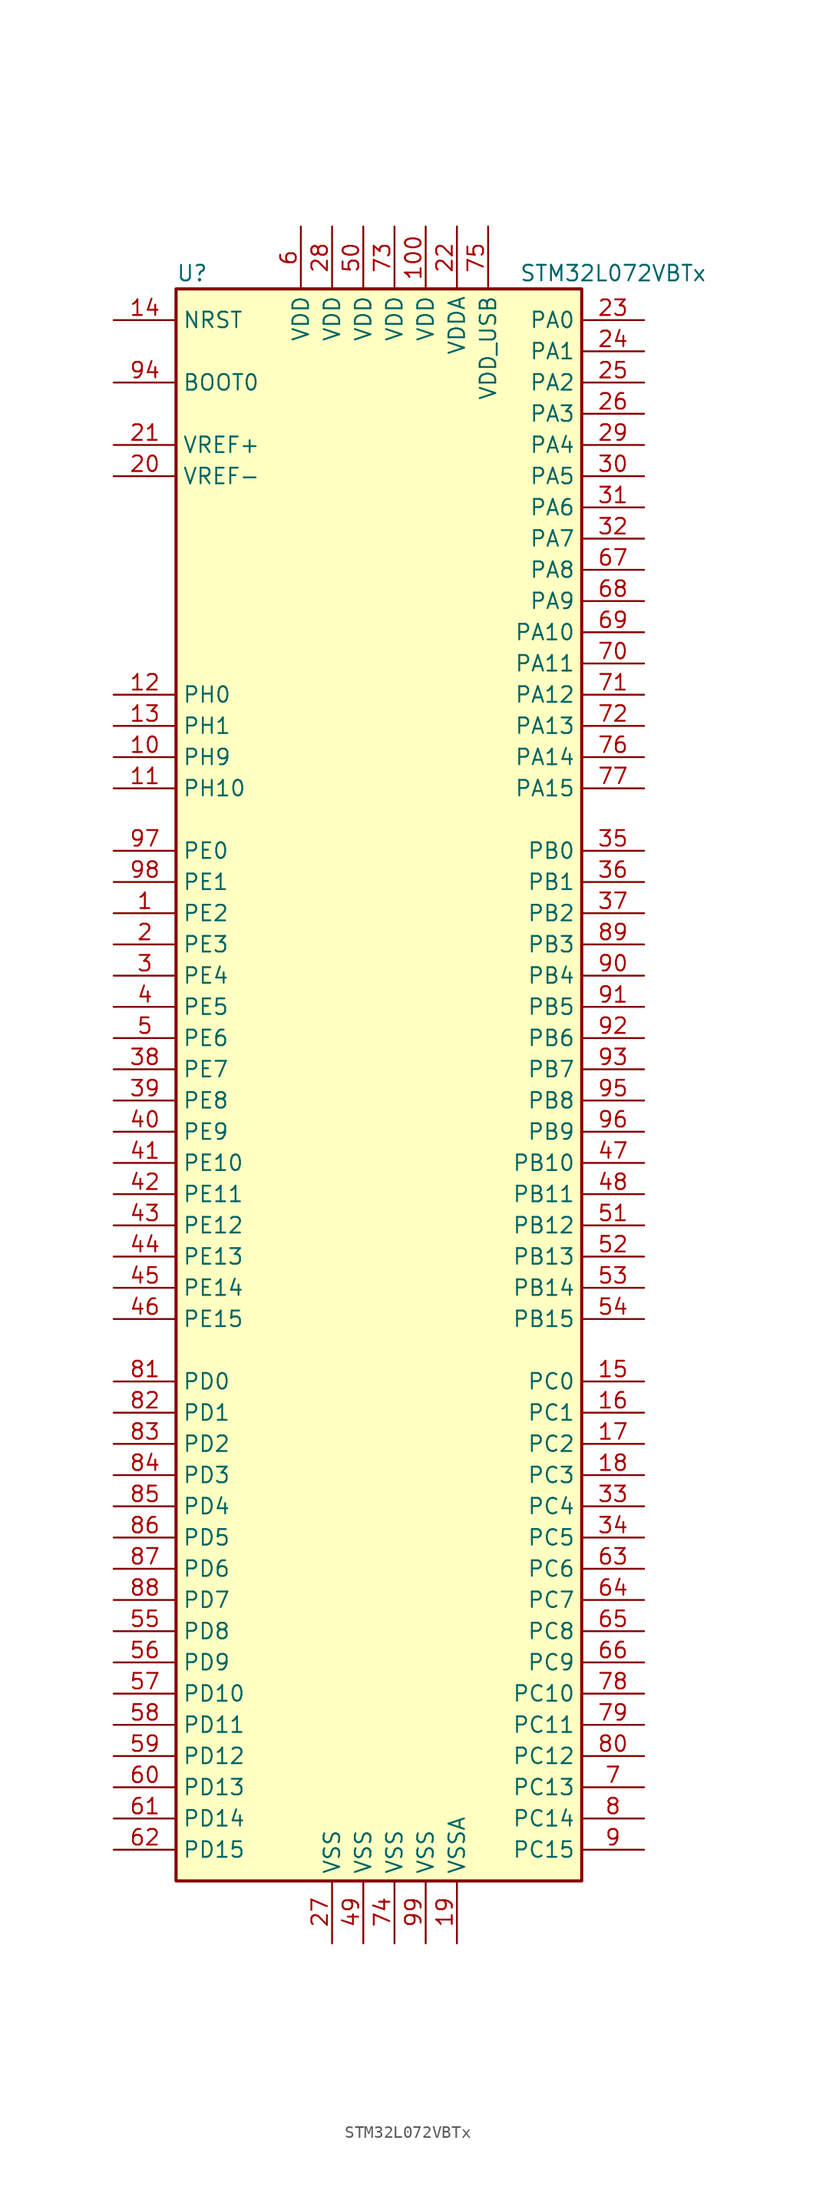
<source format=kicad_sym>
(kicad_symbol_lib
  (version 20201005)
  (generator kicad_symbol_editor)
  (symbol "STM32L072VBTx"
    (property "Reference" "U"
      (at -17.78 64.77 0)
      (effects (font (size 1.27 1.27)) (justify left)))
    (property "Value" "STM32L072VBTx"
      (at 10.16 64.77 0)
      (effects (font (size 1.27 1.27)) (justify left)))
    (symbol "STM32L072VBTx_0_1"
      (rectangle (start -17.78 -66.04) (end 15.24 63.5) (stroke (width 0.254)) (fill (type background))))
    (symbol "STM32L072VBTx_1_1"
      (pin input line (at -22.86 55.88 0) (length 5.08) (name "BOOT0" (effects (font (size 1.27 1.27)))) (number "94" (effects (font (size 1.27 1.27)))))
      (pin input line (at -22.86 60.96 0) (length 5.08) (name "NRST" (effects (font (size 1.27 1.27)))) (number "14" (effects (font (size 1.27 1.27)))))
      (pin bidirectional line (at 20.32 60.96 180) (length 5.08) (name "PA0" (effects (font (size 1.27 1.27)))) (number "23" (effects (font (size 1.27 1.27)))))
      (pin bidirectional line (at 20.32 58.42 180) (length 5.08) (name "PA1" (effects (font (size 1.27 1.27)))) (number "24" (effects (font (size 1.27 1.27)))))
      (pin bidirectional line (at 20.32 35.56 180) (length 5.08) (name "PA10" (effects (font (size 1.27 1.27)))) (number "69" (effects (font (size 1.27 1.27)))))
      (pin bidirectional line (at 20.32 33.02 180) (length 5.08) (name "PA11" (effects (font (size 1.27 1.27)))) (number "70" (effects (font (size 1.27 1.27)))))
      (pin bidirectional line (at 20.32 30.48 180) (length 5.08) (name "PA12" (effects (font (size 1.27 1.27)))) (number "71" (effects (font (size 1.27 1.27)))))
      (pin bidirectional line (at 20.32 27.94 180) (length 5.08) (name "PA13" (effects (font (size 1.27 1.27)))) (number "72" (effects (font (size 1.27 1.27)))))
      (pin bidirectional line (at 20.32 25.4 180) (length 5.08) (name "PA14" (effects (font (size 1.27 1.27)))) (number "76" (effects (font (size 1.27 1.27)))))
      (pin bidirectional line (at 20.32 22.86 180) (length 5.08) (name "PA15" (effects (font (size 1.27 1.27)))) (number "77" (effects (font (size 1.27 1.27)))))
      (pin bidirectional line (at 20.32 55.88 180) (length 5.08) (name "PA2" (effects (font (size 1.27 1.27)))) (number "25" (effects (font (size 1.27 1.27)))))
      (pin bidirectional line (at 20.32 53.34 180) (length 5.08) (name "PA3" (effects (font (size 1.27 1.27)))) (number "26" (effects (font (size 1.27 1.27)))))
      (pin bidirectional line (at 20.32 50.8 180) (length 5.08) (name "PA4" (effects (font (size 1.27 1.27)))) (number "29" (effects (font (size 1.27 1.27)))))
      (pin bidirectional line (at 20.32 48.26 180) (length 5.08) (name "PA5" (effects (font (size 1.27 1.27)))) (number "30" (effects (font (size 1.27 1.27)))))
      (pin bidirectional line (at 20.32 45.72 180) (length 5.08) (name "PA6" (effects (font (size 1.27 1.27)))) (number "31" (effects (font (size 1.27 1.27)))))
      (pin bidirectional line (at 20.32 43.18 180) (length 5.08) (name "PA7" (effects (font (size 1.27 1.27)))) (number "32" (effects (font (size 1.27 1.27)))))
      (pin bidirectional line (at 20.32 40.64 180) (length 5.08) (name "PA8" (effects (font (size 1.27 1.27)))) (number "67" (effects (font (size 1.27 1.27)))))
      (pin bidirectional line (at 20.32 38.1 180) (length 5.08) (name "PA9" (effects (font (size 1.27 1.27)))) (number "68" (effects (font (size 1.27 1.27)))))
      (pin bidirectional line (at 20.32 17.78 180) (length 5.08) (name "PB0" (effects (font (size 1.27 1.27)))) (number "35" (effects (font (size 1.27 1.27)))))
      (pin bidirectional line (at 20.32 15.24 180) (length 5.08) (name "PB1" (effects (font (size 1.27 1.27)))) (number "36" (effects (font (size 1.27 1.27)))))
      (pin bidirectional line (at 20.32 -7.62 180) (length 5.08) (name "PB10" (effects (font (size 1.27 1.27)))) (number "47" (effects (font (size 1.27 1.27)))))
      (pin bidirectional line (at 20.32 -10.16 180) (length 5.08) (name "PB11" (effects (font (size 1.27 1.27)))) (number "48" (effects (font (size 1.27 1.27)))))
      (pin bidirectional line (at 20.32 -12.7 180) (length 5.08) (name "PB12" (effects (font (size 1.27 1.27)))) (number "51" (effects (font (size 1.27 1.27)))))
      (pin bidirectional line (at 20.32 -15.24 180) (length 5.08) (name "PB13" (effects (font (size 1.27 1.27)))) (number "52" (effects (font (size 1.27 1.27)))))
      (pin bidirectional line (at 20.32 -17.78 180) (length 5.08) (name "PB14" (effects (font (size 1.27 1.27)))) (number "53" (effects (font (size 1.27 1.27)))))
      (pin bidirectional line (at 20.32 -20.32 180) (length 5.08) (name "PB15" (effects (font (size 1.27 1.27)))) (number "54" (effects (font (size 1.27 1.27)))))
      (pin bidirectional line (at 20.32 12.7 180) (length 5.08) (name "PB2" (effects (font (size 1.27 1.27)))) (number "37" (effects (font (size 1.27 1.27)))))
      (pin bidirectional line (at 20.32 10.16 180) (length 5.08) (name "PB3" (effects (font (size 1.27 1.27)))) (number "89" (effects (font (size 1.27 1.27)))))
      (pin bidirectional line (at 20.32 7.62 180) (length 5.08) (name "PB4" (effects (font (size 1.27 1.27)))) (number "90" (effects (font (size 1.27 1.27)))))
      (pin bidirectional line (at 20.32 5.08 180) (length 5.08) (name "PB5" (effects (font (size 1.27 1.27)))) (number "91" (effects (font (size 1.27 1.27)))))
      (pin bidirectional line (at 20.32 2.54 180) (length 5.08) (name "PB6" (effects (font (size 1.27 1.27)))) (number "92" (effects (font (size 1.27 1.27)))))
      (pin bidirectional line (at 20.32 0 180) (length 5.08) (name "PB7" (effects (font (size 1.27 1.27)))) (number "93" (effects (font (size 1.27 1.27)))))
      (pin bidirectional line (at 20.32 -2.54 180) (length 5.08) (name "PB8" (effects (font (size 1.27 1.27)))) (number "95" (effects (font (size 1.27 1.27)))))
      (pin bidirectional line (at 20.32 -5.08 180) (length 5.08) (name "PB9" (effects (font (size 1.27 1.27)))) (number "96" (effects (font (size 1.27 1.27)))))
      (pin bidirectional line (at 20.32 -25.4 180) (length 5.08) (name "PC0" (effects (font (size 1.27 1.27)))) (number "15" (effects (font (size 1.27 1.27)))))
      (pin bidirectional line (at 20.32 -27.94 180) (length 5.08) (name "PC1" (effects (font (size 1.27 1.27)))) (number "16" (effects (font (size 1.27 1.27)))))
      (pin bidirectional line (at 20.32 -50.8 180) (length 5.08) (name "PC10" (effects (font (size 1.27 1.27)))) (number "78" (effects (font (size 1.27 1.27)))))
      (pin bidirectional line (at 20.32 -53.34 180) (length 5.08) (name "PC11" (effects (font (size 1.27 1.27)))) (number "79" (effects (font (size 1.27 1.27)))))
      (pin bidirectional line (at 20.32 -55.88 180) (length 5.08) (name "PC12" (effects (font (size 1.27 1.27)))) (number "80" (effects (font (size 1.27 1.27)))))
      (pin bidirectional line (at 20.32 -58.42 180) (length 5.08) (name "PC13" (effects (font (size 1.27 1.27)))) (number "7" (effects (font (size 1.27 1.27)))))
      (pin bidirectional line (at 20.32 -60.96 180) (length 5.08) (name "PC14" (effects (font (size 1.27 1.27)))) (number "8" (effects (font (size 1.27 1.27)))))
      (pin bidirectional line (at 20.32 -63.5 180) (length 5.08) (name "PC15" (effects (font (size 1.27 1.27)))) (number "9" (effects (font (size 1.27 1.27)))))
      (pin bidirectional line (at 20.32 -30.48 180) (length 5.08) (name "PC2" (effects (font (size 1.27 1.27)))) (number "17" (effects (font (size 1.27 1.27)))))
      (pin bidirectional line (at 20.32 -33.02 180) (length 5.08) (name "PC3" (effects (font (size 1.27 1.27)))) (number "18" (effects (font (size 1.27 1.27)))))
      (pin bidirectional line (at 20.32 -35.56 180) (length 5.08) (name "PC4" (effects (font (size 1.27 1.27)))) (number "33" (effects (font (size 1.27 1.27)))))
      (pin bidirectional line (at 20.32 -38.1 180) (length 5.08) (name "PC5" (effects (font (size 1.27 1.27)))) (number "34" (effects (font (size 1.27 1.27)))))
      (pin bidirectional line (at 20.32 -40.64 180) (length 5.08) (name "PC6" (effects (font (size 1.27 1.27)))) (number "63" (effects (font (size 1.27 1.27)))))
      (pin bidirectional line (at 20.32 -43.18 180) (length 5.08) (name "PC7" (effects (font (size 1.27 1.27)))) (number "64" (effects (font (size 1.27 1.27)))))
      (pin bidirectional line (at 20.32 -45.72 180) (length 5.08) (name "PC8" (effects (font (size 1.27 1.27)))) (number "65" (effects (font (size 1.27 1.27)))))
      (pin bidirectional line (at 20.32 -48.26 180) (length 5.08) (name "PC9" (effects (font (size 1.27 1.27)))) (number "66" (effects (font (size 1.27 1.27)))))
      (pin bidirectional line (at -22.86 -25.4 0) (length 5.08) (name "PD0" (effects (font (size 1.27 1.27)))) (number "81" (effects (font (size 1.27 1.27)))))
      (pin bidirectional line (at -22.86 -27.94 0) (length 5.08) (name "PD1" (effects (font (size 1.27 1.27)))) (number "82" (effects (font (size 1.27 1.27)))))
      (pin bidirectional line (at -22.86 -50.8 0) (length 5.08) (name "PD10" (effects (font (size 1.27 1.27)))) (number "57" (effects (font (size 1.27 1.27)))))
      (pin bidirectional line (at -22.86 -53.34 0) (length 5.08) (name "PD11" (effects (font (size 1.27 1.27)))) (number "58" (effects (font (size 1.27 1.27)))))
      (pin bidirectional line (at -22.86 -55.88 0) (length 5.08) (name "PD12" (effects (font (size 1.27 1.27)))) (number "59" (effects (font (size 1.27 1.27)))))
      (pin bidirectional line (at -22.86 -58.42 0) (length 5.08) (name "PD13" (effects (font (size 1.27 1.27)))) (number "60" (effects (font (size 1.27 1.27)))))
      (pin bidirectional line (at -22.86 -60.96 0) (length 5.08) (name "PD14" (effects (font (size 1.27 1.27)))) (number "61" (effects (font (size 1.27 1.27)))))
      (pin bidirectional line (at -22.86 -63.5 0) (length 5.08) (name "PD15" (effects (font (size 1.27 1.27)))) (number "62" (effects (font (size 1.27 1.27)))))
      (pin bidirectional line (at -22.86 -30.48 0) (length 5.08) (name "PD2" (effects (font (size 1.27 1.27)))) (number "83" (effects (font (size 1.27 1.27)))))
      (pin bidirectional line (at -22.86 -33.02 0) (length 5.08) (name "PD3" (effects (font (size 1.27 1.27)))) (number "84" (effects (font (size 1.27 1.27)))))
      (pin bidirectional line (at -22.86 -35.56 0) (length 5.08) (name "PD4" (effects (font (size 1.27 1.27)))) (number "85" (effects (font (size 1.27 1.27)))))
      (pin bidirectional line (at -22.86 -38.1 0) (length 5.08) (name "PD5" (effects (font (size 1.27 1.27)))) (number "86" (effects (font (size 1.27 1.27)))))
      (pin bidirectional line (at -22.86 -40.64 0) (length 5.08) (name "PD6" (effects (font (size 1.27 1.27)))) (number "87" (effects (font (size 1.27 1.27)))))
      (pin bidirectional line (at -22.86 -43.18 0) (length 5.08) (name "PD7" (effects (font (size 1.27 1.27)))) (number "88" (effects (font (size 1.27 1.27)))))
      (pin bidirectional line (at -22.86 -45.72 0) (length 5.08) (name "PD8" (effects (font (size 1.27 1.27)))) (number "55" (effects (font (size 1.27 1.27)))))
      (pin bidirectional line (at -22.86 -48.26 0) (length 5.08) (name "PD9" (effects (font (size 1.27 1.27)))) (number "56" (effects (font (size 1.27 1.27)))))
      (pin bidirectional line (at -22.86 17.78 0) (length 5.08) (name "PE0" (effects (font (size 1.27 1.27)))) (number "97" (effects (font (size 1.27 1.27)))))
      (pin bidirectional line (at -22.86 15.24 0) (length 5.08) (name "PE1" (effects (font (size 1.27 1.27)))) (number "98" (effects (font (size 1.27 1.27)))))
      (pin bidirectional line (at -22.86 -7.62 0) (length 5.08) (name "PE10" (effects (font (size 1.27 1.27)))) (number "41" (effects (font (size 1.27 1.27)))))
      (pin bidirectional line (at -22.86 -10.16 0) (length 5.08) (name "PE11" (effects (font (size 1.27 1.27)))) (number "42" (effects (font (size 1.27 1.27)))))
      (pin bidirectional line (at -22.86 -12.7 0) (length 5.08) (name "PE12" (effects (font (size 1.27 1.27)))) (number "43" (effects (font (size 1.27 1.27)))))
      (pin bidirectional line (at -22.86 -15.24 0) (length 5.08) (name "PE13" (effects (font (size 1.27 1.27)))) (number "44" (effects (font (size 1.27 1.27)))))
      (pin bidirectional line (at -22.86 -17.78 0) (length 5.08) (name "PE14" (effects (font (size 1.27 1.27)))) (number "45" (effects (font (size 1.27 1.27)))))
      (pin bidirectional line (at -22.86 -20.32 0) (length 5.08) (name "PE15" (effects (font (size 1.27 1.27)))) (number "46" (effects (font (size 1.27 1.27)))))
      (pin bidirectional line (at -22.86 12.7 0) (length 5.08) (name "PE2" (effects (font (size 1.27 1.27)))) (number "1" (effects (font (size 1.27 1.27)))))
      (pin bidirectional line (at -22.86 10.16 0) (length 5.08) (name "PE3" (effects (font (size 1.27 1.27)))) (number "2" (effects (font (size 1.27 1.27)))))
      (pin bidirectional line (at -22.86 7.62 0) (length 5.08) (name "PE4" (effects (font (size 1.27 1.27)))) (number "3" (effects (font (size 1.27 1.27)))))
      (pin bidirectional line (at -22.86 5.08 0) (length 5.08) (name "PE5" (effects (font (size 1.27 1.27)))) (number "4" (effects (font (size 1.27 1.27)))))
      (pin bidirectional line (at -22.86 2.54 0) (length 5.08) (name "PE6" (effects (font (size 1.27 1.27)))) (number "5" (effects (font (size 1.27 1.27)))))
      (pin bidirectional line (at -22.86 0 0) (length 5.08) (name "PE7" (effects (font (size 1.27 1.27)))) (number "38" (effects (font (size 1.27 1.27)))))
      (pin bidirectional line (at -22.86 -2.54 0) (length 5.08) (name "PE8" (effects (font (size 1.27 1.27)))) (number "39" (effects (font (size 1.27 1.27)))))
      (pin bidirectional line (at -22.86 -5.08 0) (length 5.08) (name "PE9" (effects (font (size 1.27 1.27)))) (number "40" (effects (font (size 1.27 1.27)))))
      (pin input line (at -22.86 30.48 0) (length 5.08) (name "PH0" (effects (font (size 1.27 1.27)))) (number "12" (effects (font (size 1.27 1.27)))))
      (pin input line (at -22.86 27.94 0) (length 5.08) (name "PH1" (effects (font (size 1.27 1.27)))) (number "13" (effects (font (size 1.27 1.27)))))
      (pin bidirectional line (at -22.86 22.86 0) (length 5.08) (name "PH10" (effects (font (size 1.27 1.27)))) (number "11" (effects (font (size 1.27 1.27)))))
      (pin bidirectional line (at -22.86 25.4 0) (length 5.08) (name "PH9" (effects (font (size 1.27 1.27)))) (number "10" (effects (font (size 1.27 1.27)))))
      (pin power_in line (at 2.54 68.58 270) (length 5.08) (name "VDD" (effects (font (size 1.27 1.27)))) (number "100" (effects (font (size 1.27 1.27)))))
      (pin power_in line (at -5.08 68.58 270) (length 5.08) (name "VDD" (effects (font (size 1.27 1.27)))) (number "28" (effects (font (size 1.27 1.27)))))
      (pin power_in line (at -2.54 68.58 270) (length 5.08) (name "VDD" (effects (font (size 1.27 1.27)))) (number "50" (effects (font (size 1.27 1.27)))))
      (pin power_in line (at -7.62 68.58 270) (length 5.08) (name "VDD" (effects (font (size 1.27 1.27)))) (number "6" (effects (font (size 1.27 1.27)))))
      (pin power_in line (at 0 68.58 270) (length 5.08) (name "VDD" (effects (font (size 1.27 1.27)))) (number "73" (effects (font (size 1.27 1.27)))))
      (pin power_in line (at 5.08 68.58 270) (length 5.08) (name "VDDA" (effects (font (size 1.27 1.27)))) (number "22" (effects (font (size 1.27 1.27)))))
      (pin power_in line (at 7.62 68.58 270) (length 5.08) (name "VDD_USB" (effects (font (size 1.27 1.27)))) (number "75" (effects (font (size 1.27 1.27)))))
      (pin power_in line (at -22.86 50.8 0) (length 5.08) (name "VREF+" (effects (font (size 1.27 1.27)))) (number "21" (effects (font (size 1.27 1.27)))))
      (pin power_in line (at -22.86 48.26 0) (length 5.08) (name "VREF-" (effects (font (size 1.27 1.27)))) (number "20" (effects (font (size 1.27 1.27)))))
      (pin power_in line (at -5.08 -71.12 90) (length 5.08) (name "VSS" (effects (font (size 1.27 1.27)))) (number "27" (effects (font (size 1.27 1.27)))))
      (pin power_in line (at -2.54 -71.12 90) (length 5.08) (name "VSS" (effects (font (size 1.27 1.27)))) (number "49" (effects (font (size 1.27 1.27)))))
      (pin power_in line (at 0 -71.12 90) (length 5.08) (name "VSS" (effects (font (size 1.27 1.27)))) (number "74" (effects (font (size 1.27 1.27)))))
      (pin power_in line (at 2.54 -71.12 90) (length 5.08) (name "VSS" (effects (font (size 1.27 1.27)))) (number "99" (effects (font (size 1.27 1.27)))))
      (pin power_in line (at 5.08 -71.12 90) (length 5.08) (name "VSSA" (effects (font (size 1.27 1.27)))) (number "19" (effects (font (size 1.27 1.27))))))))
</source>
